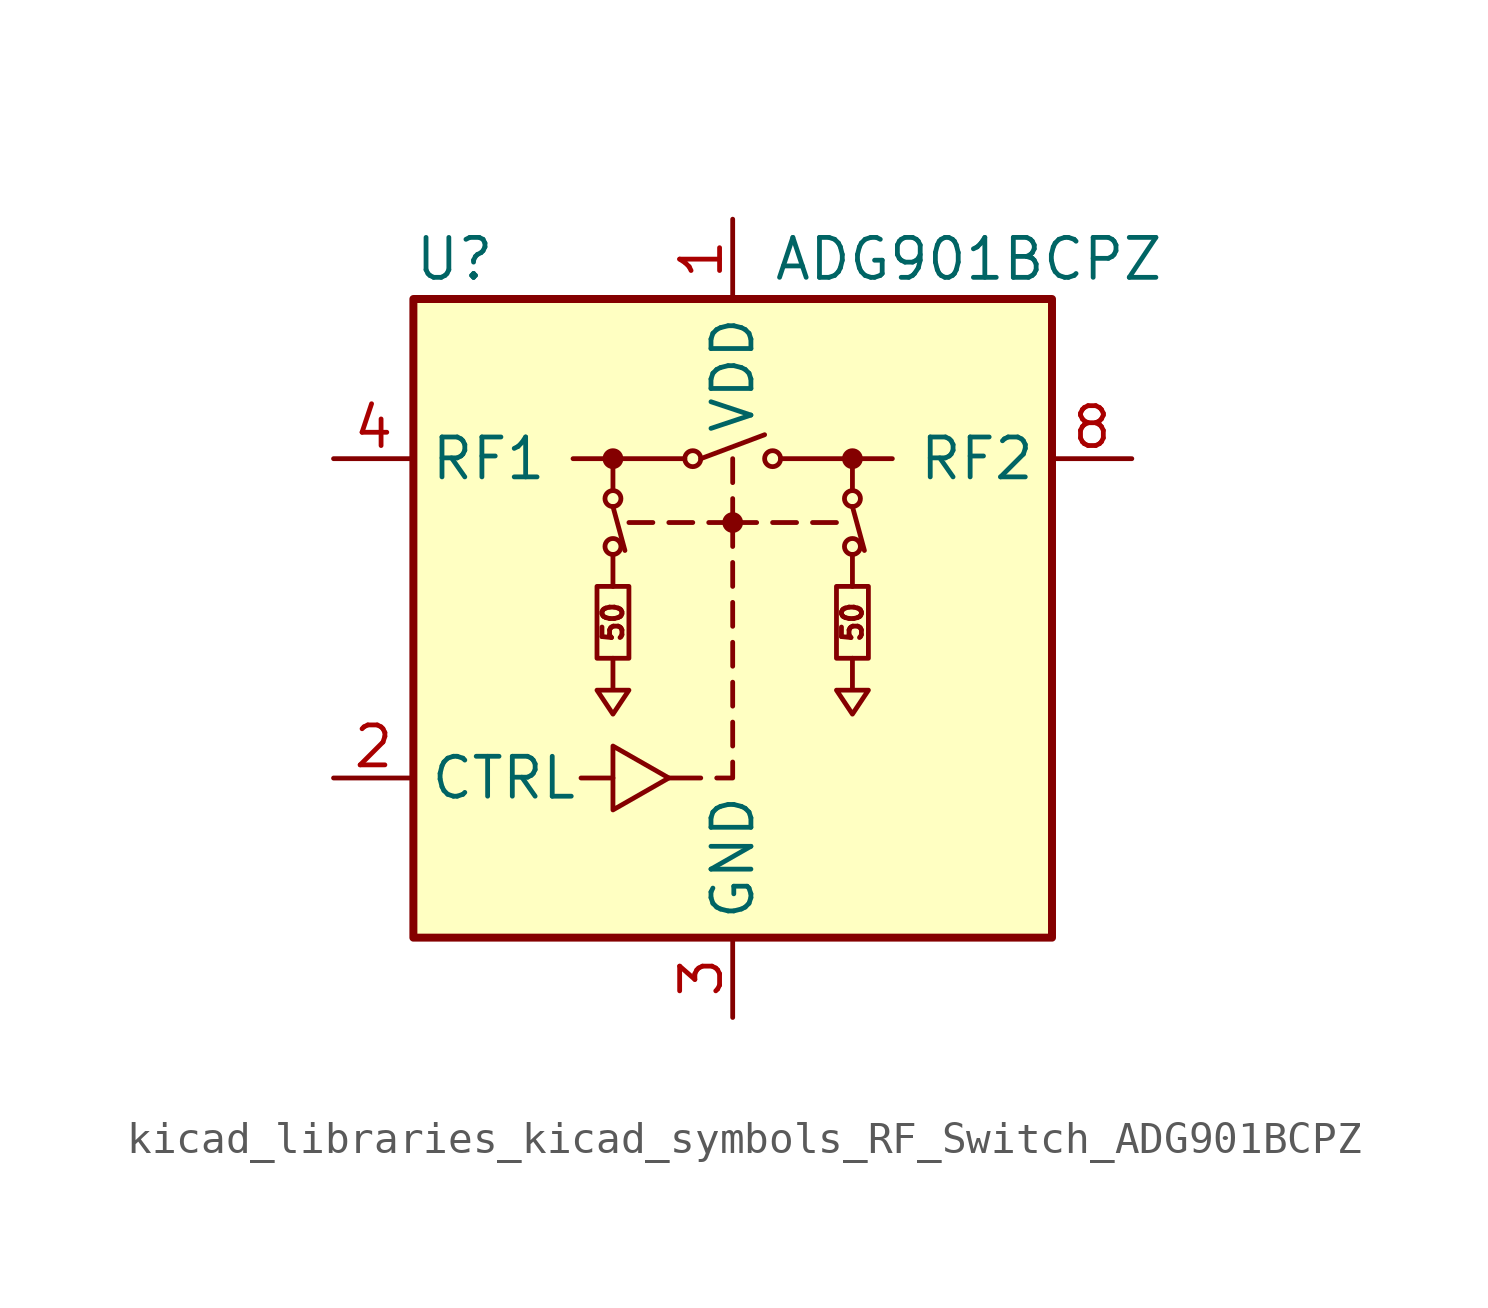
<source format=kicad_sym>
(kicad_symbol_lib
  (version 20220914)
  (generator kicad_symbol_editor)
  (symbol "kicad_libraries_kicad_symbols_RF_Switch_ADG901BCPZ"
    (property "Reference" "U"
      (at -10.16 11.43 0)
      (effects (font (size 1.27 1.27)) (justify left)))
    (property "Value" "ADG901BCPZ"
      (at 1.27 11.43 0)
      (effects (font (size 1.27 1.27)) (justify left)))
    (symbol "kicad_libraries_kicad_symbols_RF_Switch_ADG901BCPZ_0_0"
      (rectangle (start -10.16 10.16) (end 10.16 -10.16) (stroke (width 0.254) (type default)) (fill (type background)))
      (polyline (pts (xy -4.826 -5.08) (xy -3.81 -5.08)) (stroke (width 0) (type default)) (fill (type none)))
      (polyline (pts (xy -2.54 3.048) (xy -3.302 3.048)) (stroke (width 0) (type default)) (fill (type none)))
      (polyline (pts (xy -2.032 3.048) (xy -1.27 3.048)) (stroke (width 0) (type default)) (fill (type none)))
      (polyline (pts (xy -1.016 -5.08) (xy -2.032 -5.08)) (stroke (width 0) (type default)) (fill (type none)))
      (polyline (pts (xy 0 -3.302) (xy 0 -4.064)) (stroke (width 0) (type default)) (fill (type none)))
      (polyline (pts (xy 0 -2.032) (xy 0 -2.794)) (stroke (width 0) (type default)) (fill (type none)))
      (polyline (pts (xy 0 -0.762) (xy 0 -1.524)) (stroke (width 0) (type default)) (fill (type none)))
      (polyline (pts (xy 0 0.508) (xy 0 -0.254)) (stroke (width 0) (type default)) (fill (type none)))
      (polyline (pts (xy 0 1.778) (xy 0 1.016)) (stroke (width 0) (type default)) (fill (type none)))
      (polyline (pts (xy 0 3.048) (xy -0.762 3.048)) (stroke (width 0) (type default)) (fill (type none)))
      (polyline (pts (xy 0 3.048) (xy 0 2.286)) (stroke (width 0) (type default)) (fill (type none)))
      (polyline (pts (xy 0 3.048) (xy 0 3.81)) (stroke (width 0) (type default)) (fill (type none)))
      (polyline (pts (xy 0 3.048) (xy 0.762 3.048)) (stroke (width 0) (type default)) (fill (type none)))
      (polyline (pts (xy 0 4.318) (xy 0 5.08)) (stroke (width 0) (type default)) (fill (type none)))
      (polyline (pts (xy 1.27 3.048) (xy 2.032 3.048)) (stroke (width 0) (type default)) (fill (type none)))
      (polyline (pts (xy 2.54 3.048) (xy 3.302 3.048)) (stroke (width 0) (type default)) (fill (type none)))
      (polyline (pts (xy 0 -4.572) (xy 0 -5.08) (xy -0.508 -5.08)) (stroke (width 0) (type default)) (fill (type none)))
      (polyline (pts (xy -3.81 -4.064) (xy -3.81 -6.096) (xy -2.032 -5.08) (xy -3.81 -4.064)) (stroke (width 0) (type default)) (fill (type none)))
      (circle (center 0 3.048) (radius 0.254) (stroke (width 0) (type default)) (fill (type outline)))
      (text "50" (at -3.81 -0.127 900) (effects (font (size 0.635 0.635))))
      (text "50" (at 3.81 -0.127 900) (effects (font (size 0.635 0.635)))))
    (symbol "kicad_libraries_kicad_symbols_RF_Switch_ADG901BCPZ_0_1"
      (rectangle (start -4.318 1.016) (end -3.302 -1.27) (stroke (width 0) (type default)) (fill (type none)))
      (circle (center -3.81 2.286) (radius 0.254) (stroke (width 0) (type default)) (fill (type none)))
      (circle (center -3.81 3.81) (radius 0.254) (stroke (width 0) (type default)) (fill (type none)))
      (circle (center -3.81 5.08) (radius 0.254) (stroke (width 0) (type default)) (fill (type outline)))
      (circle (center -1.27 5.08) (radius 0.254) (stroke (width 0) (type default)) (fill (type none)))
      (polyline (pts (xy -5.08 5.08) (xy -1.524 5.08)) (stroke (width 0) (type default)) (fill (type none)))
      (polyline (pts (xy -3.81 2.032) (xy -3.81 1.016)) (stroke (width 0) (type default)) (fill (type none)))
      (polyline (pts (xy -3.81 3.556) (xy -3.429 2.159)) (stroke (width 0) (type default)) (fill (type none)))
      (polyline (pts (xy -3.81 5.08) (xy -3.81 4.064)) (stroke (width 0) (type default)) (fill (type none)))
      (polyline (pts (xy -1.016 5.08) (xy 1.016 5.842)) (stroke (width 0) (type default)) (fill (type none)))
      (polyline (pts (xy 1.524 5.08) (xy 5.08 5.08)) (stroke (width 0) (type default)) (fill (type none)))
      (polyline (pts (xy 3.81 2.032) (xy 3.81 1.016)) (stroke (width 0) (type default)) (fill (type none)))
      (polyline (pts (xy 3.81 3.556) (xy 4.191 2.159)) (stroke (width 0) (type default)) (fill (type none)))
      (polyline (pts (xy 3.81 5.08) (xy 3.81 4.064)) (stroke (width 0) (type default)) (fill (type none)))
      (polyline (pts (xy -3.81 -1.27) (xy -3.81 -2.286) (xy -4.318 -2.286) (xy -3.81 -3.048) (xy -3.302 -2.286) (xy -3.81 -2.286)) (stroke (width 0) (type default)) (fill (type none)))
      (polyline (pts (xy 3.81 -1.27) (xy 3.81 -2.286) (xy 3.302 -2.286) (xy 3.81 -3.048) (xy 4.318 -2.286) (xy 3.81 -2.286)) (stroke (width 0) (type default)) (fill (type none)))
      (circle (center 1.27 5.08) (radius 0.254) (stroke (width 0) (type default)) (fill (type none)))
      (rectangle (start 3.302 1.016) (end 4.318 -1.27) (stroke (width 0) (type default)) (fill (type none)))
      (circle (center 3.81 2.286) (radius 0.254) (stroke (width 0) (type default)) (fill (type none)))
      (circle (center 3.81 3.81) (radius 0.254) (stroke (width 0) (type default)) (fill (type none)))
      (circle (center 3.81 5.08) (radius 0.254) (stroke (width 0) (type default)) (fill (type outline))))
    (symbol "kicad_libraries_kicad_symbols_RF_Switch_ADG901BCPZ_1_1"
      (pin power_in line (at 0 12.7 270) (length 2.54) (name "VDD" (effects (font (size 1.27 1.27)))) (number "1" (effects (font (size 1.27 1.27)))))
      (pin input line (at -12.7 -5.08 0) (length 2.54) (name "CTRL" (effects (font (size 1.27 1.27)))) (number "2" (effects (font (size 1.27 1.27)))))
      (pin power_in line (at 0 -12.7 90) (length 2.54) (name "GND" (effects (font (size 1.27 1.27)))) (number "3" (effects (font (size 1.27 1.27)))))
      (pin passive line (at -12.7 5.08 0) (length 2.54) (name "RF1" (effects (font (size 1.27 1.27)))) (number "4" (effects (font (size 1.27 1.27)))))
      (pin passive line (at 0 -12.7 90) (length 2.54) hide (name "GND" (effects (font (size 1.27 1.27)))) (number "5" (effects (font (size 1.27 1.27)))))
      (pin passive line (at 0 -12.7 90) (length 2.54) hide (name "GND" (effects (font (size 1.27 1.27)))) (number "6" (effects (font (size 1.27 1.27)))))
      (pin passive line (at 0 -12.7 90) (length 2.54) hide (name "GND" (effects (font (size 1.27 1.27)))) (number "7" (effects (font (size 1.27 1.27)))))
      (pin passive line (at 12.7 5.08 180) (length 2.54) (name "RF2" (effects (font (size 1.27 1.27)))) (number "8" (effects (font (size 1.27 1.27)))))
      (pin passive line (at 0 -12.7 90) (length 2.54) hide (name "GND" (effects (font (size 1.27 1.27)))) (number "9" (effects (font (size 1.27 1.27))))))))
</source>
